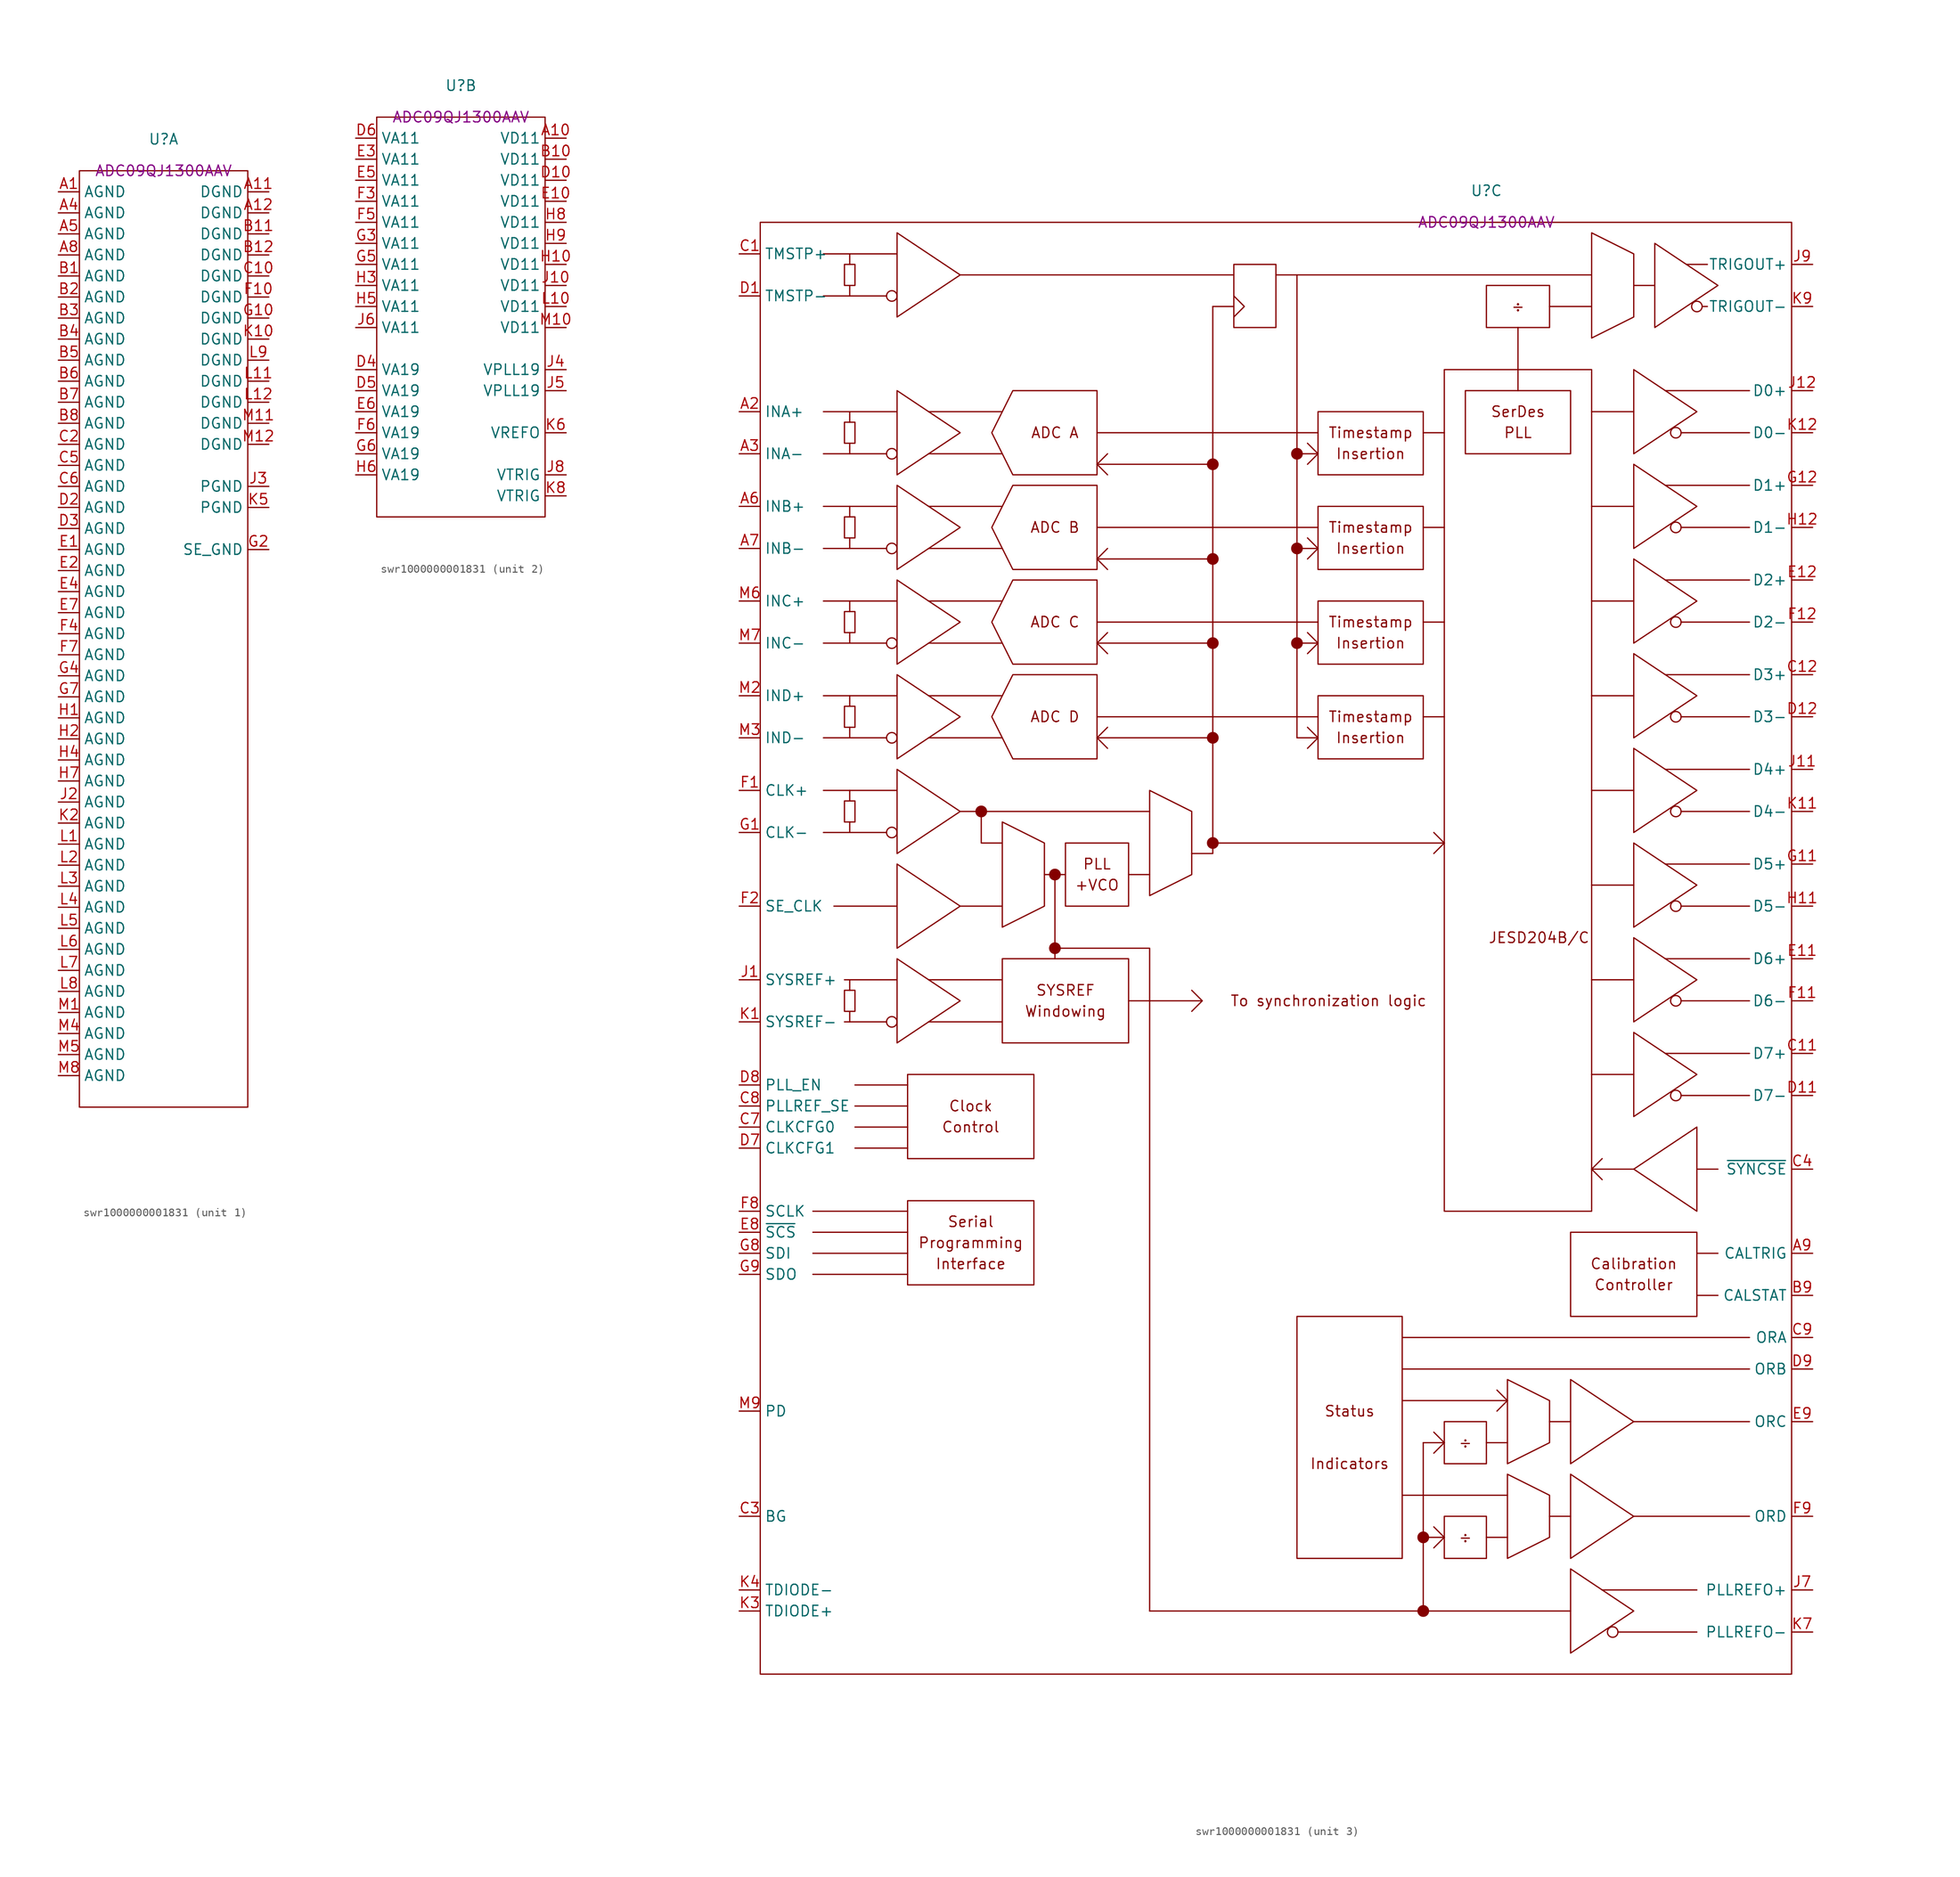
<source format=kicad_sym>
(kicad_symbol_lib
  (version 20220914)
  (generator kicad_symbol_editor)
  (symbol "swr1000000001831"
    (property "Reference" "U"
      (at 0 3.81 0)
      (effects (font (size 1.27 1.27))))
    (property "PartValue" "ADC09QJ1300AAV"
      (at 0 0 0)
      (effects (font (size 1.27 1.27))))
    (symbol "swr1000000001831_1_1"
      (rectangle (start -10.16 0) (end 10.16 -113.03) (stroke (width 0) (type default)) (fill (type none)))
      (pin power_in line (at -12.7 -2.54 0) (length 2.54) (name "AGND" (effects (font (size 1.27 1.27)))) (number "A1" (effects (font (size 1.27 1.27)))))
      (pin power_in line (at 12.7 -2.54 180) (length 2.54) (name "DGND" (effects (font (size 1.27 1.27)))) (number "A11" (effects (font (size 1.27 1.27)))))
      (pin power_in line (at 12.7 -5.08 180) (length 2.54) (name "DGND" (effects (font (size 1.27 1.27)))) (number "A12" (effects (font (size 1.27 1.27)))))
      (pin power_in line (at -12.7 -5.08 0) (length 2.54) (name "AGND" (effects (font (size 1.27 1.27)))) (number "A4" (effects (font (size 1.27 1.27)))))
      (pin power_in line (at -12.7 -7.62 0) (length 2.54) (name "AGND" (effects (font (size 1.27 1.27)))) (number "A5" (effects (font (size 1.27 1.27)))))
      (pin power_in line (at -12.7 -10.16 0) (length 2.54) (name "AGND" (effects (font (size 1.27 1.27)))) (number "A8" (effects (font (size 1.27 1.27)))))
      (pin power_in line (at -12.7 -12.7 0) (length 2.54) (name "AGND" (effects (font (size 1.27 1.27)))) (number "B1" (effects (font (size 1.27 1.27)))))
      (pin power_in line (at 12.7 -7.62 180) (length 2.54) (name "DGND" (effects (font (size 1.27 1.27)))) (number "B11" (effects (font (size 1.27 1.27)))))
      (pin power_in line (at 12.7 -10.16 180) (length 2.54) (name "DGND" (effects (font (size 1.27 1.27)))) (number "B12" (effects (font (size 1.27 1.27)))))
      (pin power_in line (at -12.7 -15.24 0) (length 2.54) (name "AGND" (effects (font (size 1.27 1.27)))) (number "B2" (effects (font (size 1.27 1.27)))))
      (pin power_in line (at -12.7 -17.78 0) (length 2.54) (name "AGND" (effects (font (size 1.27 1.27)))) (number "B3" (effects (font (size 1.27 1.27)))))
      (pin power_in line (at -12.7 -20.32 0) (length 2.54) (name "AGND" (effects (font (size 1.27 1.27)))) (number "B4" (effects (font (size 1.27 1.27)))))
      (pin power_in line (at -12.7 -22.86 0) (length 2.54) (name "AGND" (effects (font (size 1.27 1.27)))) (number "B5" (effects (font (size 1.27 1.27)))))
      (pin power_in line (at -12.7 -25.4 0) (length 2.54) (name "AGND" (effects (font (size 1.27 1.27)))) (number "B6" (effects (font (size 1.27 1.27)))))
      (pin power_in line (at -12.7 -27.94 0) (length 2.54) (name "AGND" (effects (font (size 1.27 1.27)))) (number "B7" (effects (font (size 1.27 1.27)))))
      (pin power_in line (at -12.7 -30.48 0) (length 2.54) (name "AGND" (effects (font (size 1.27 1.27)))) (number "B8" (effects (font (size 1.27 1.27)))))
      (pin power_in line (at 12.7 -12.7 180) (length 2.54) (name "DGND" (effects (font (size 1.27 1.27)))) (number "C10" (effects (font (size 1.27 1.27)))))
      (pin power_in line (at -12.7 -33.02 0) (length 2.54) (name "AGND" (effects (font (size 1.27 1.27)))) (number "C2" (effects (font (size 1.27 1.27)))))
      (pin power_in line (at -12.7 -35.56 0) (length 2.54) (name "AGND" (effects (font (size 1.27 1.27)))) (number "C5" (effects (font (size 1.27 1.27)))))
      (pin power_in line (at -12.7 -38.1 0) (length 2.54) (name "AGND" (effects (font (size 1.27 1.27)))) (number "C6" (effects (font (size 1.27 1.27)))))
      (pin power_in line (at -12.7 -40.64 0) (length 2.54) (name "AGND" (effects (font (size 1.27 1.27)))) (number "D2" (effects (font (size 1.27 1.27)))))
      (pin power_in line (at -12.7 -43.18 0) (length 2.54) (name "AGND" (effects (font (size 1.27 1.27)))) (number "D3" (effects (font (size 1.27 1.27)))))
      (pin power_in line (at -12.7 -45.72 0) (length 2.54) (name "AGND" (effects (font (size 1.27 1.27)))) (number "E1" (effects (font (size 1.27 1.27)))))
      (pin power_in line (at -12.7 -48.26 0) (length 2.54) (name "AGND" (effects (font (size 1.27 1.27)))) (number "E2" (effects (font (size 1.27 1.27)))))
      (pin power_in line (at -12.7 -50.8 0) (length 2.54) (name "AGND" (effects (font (size 1.27 1.27)))) (number "E4" (effects (font (size 1.27 1.27)))))
      (pin power_in line (at -12.7 -53.34 0) (length 2.54) (name "AGND" (effects (font (size 1.27 1.27)))) (number "E7" (effects (font (size 1.27 1.27)))))
      (pin power_in line (at 12.7 -15.24 180) (length 2.54) (name "DGND" (effects (font (size 1.27 1.27)))) (number "F10" (effects (font (size 1.27 1.27)))))
      (pin power_in line (at -12.7 -55.88 0) (length 2.54) (name "AGND" (effects (font (size 1.27 1.27)))) (number "F4" (effects (font (size 1.27 1.27)))))
      (pin power_in line (at -12.7 -58.42 0) (length 2.54) (name "AGND" (effects (font (size 1.27 1.27)))) (number "F7" (effects (font (size 1.27 1.27)))))
      (pin power_in line (at 12.7 -17.78 180) (length 2.54) (name "DGND" (effects (font (size 1.27 1.27)))) (number "G10" (effects (font (size 1.27 1.27)))))
      (pin power_in line (at 12.7 -45.72 180) (length 2.54) (name "SE_GND" (effects (font (size 1.27 1.27)))) (number "G2" (effects (font (size 1.27 1.27)))))
      (pin power_in line (at -12.7 -60.96 0) (length 2.54) (name "AGND" (effects (font (size 1.27 1.27)))) (number "G4" (effects (font (size 1.27 1.27)))))
      (pin power_in line (at -12.7 -63.5 0) (length 2.54) (name "AGND" (effects (font (size 1.27 1.27)))) (number "G7" (effects (font (size 1.27 1.27)))))
      (pin power_in line (at -12.7 -66.04 0) (length 2.54) (name "AGND" (effects (font (size 1.27 1.27)))) (number "H1" (effects (font (size 1.27 1.27)))))
      (pin power_in line (at -12.7 -68.58 0) (length 2.54) (name "AGND" (effects (font (size 1.27 1.27)))) (number "H2" (effects (font (size 1.27 1.27)))))
      (pin power_in line (at -12.7 -71.12 0) (length 2.54) (name "AGND" (effects (font (size 1.27 1.27)))) (number "H4" (effects (font (size 1.27 1.27)))))
      (pin power_in line (at -12.7 -73.66 0) (length 2.54) (name "AGND" (effects (font (size 1.27 1.27)))) (number "H7" (effects (font (size 1.27 1.27)))))
      (pin power_in line (at -12.7 -76.2 0) (length 2.54) (name "AGND" (effects (font (size 1.27 1.27)))) (number "J2" (effects (font (size 1.27 1.27)))))
      (pin power_in line (at 12.7 -38.1 180) (length 2.54) (name "PGND" (effects (font (size 1.27 1.27)))) (number "J3" (effects (font (size 1.27 1.27)))))
      (pin power_in line (at 12.7 -20.32 180) (length 2.54) (name "DGND" (effects (font (size 1.27 1.27)))) (number "K10" (effects (font (size 1.27 1.27)))))
      (pin power_in line (at -12.7 -78.74 0) (length 2.54) (name "AGND" (effects (font (size 1.27 1.27)))) (number "K2" (effects (font (size 1.27 1.27)))))
      (pin power_in line (at 12.7 -40.64 180) (length 2.54) (name "PGND" (effects (font (size 1.27 1.27)))) (number "K5" (effects (font (size 1.27 1.27)))))
      (pin power_in line (at -12.7 -81.28 0) (length 2.54) (name "AGND" (effects (font (size 1.27 1.27)))) (number "L1" (effects (font (size 1.27 1.27)))))
      (pin power_in line (at 12.7 -25.4 180) (length 2.54) (name "DGND" (effects (font (size 1.27 1.27)))) (number "L11" (effects (font (size 1.27 1.27)))))
      (pin power_in line (at 12.7 -27.94 180) (length 2.54) (name "DGND" (effects (font (size 1.27 1.27)))) (number "L12" (effects (font (size 1.27 1.27)))))
      (pin power_in line (at -12.7 -83.82 0) (length 2.54) (name "AGND" (effects (font (size 1.27 1.27)))) (number "L2" (effects (font (size 1.27 1.27)))))
      (pin power_in line (at -12.7 -86.36 0) (length 2.54) (name "AGND" (effects (font (size 1.27 1.27)))) (number "L3" (effects (font (size 1.27 1.27)))))
      (pin power_in line (at -12.7 -88.9 0) (length 2.54) (name "AGND" (effects (font (size 1.27 1.27)))) (number "L4" (effects (font (size 1.27 1.27)))))
      (pin power_in line (at -12.7 -91.44 0) (length 2.54) (name "AGND" (effects (font (size 1.27 1.27)))) (number "L5" (effects (font (size 1.27 1.27)))))
      (pin power_in line (at -12.7 -93.98 0) (length 2.54) (name "AGND" (effects (font (size 1.27 1.27)))) (number "L6" (effects (font (size 1.27 1.27)))))
      (pin power_in line (at -12.7 -96.52 0) (length 2.54) (name "AGND" (effects (font (size 1.27 1.27)))) (number "L7" (effects (font (size 1.27 1.27)))))
      (pin power_in line (at -12.7 -99.06 0) (length 2.54) (name "AGND" (effects (font (size 1.27 1.27)))) (number "L8" (effects (font (size 1.27 1.27)))))
      (pin power_in line (at 12.7 -22.86 180) (length 2.54) (name "DGND" (effects (font (size 1.27 1.27)))) (number "L9" (effects (font (size 1.27 1.27)))))
      (pin power_in line (at -12.7 -101.6 0) (length 2.54) (name "AGND" (effects (font (size 1.27 1.27)))) (number "M1" (effects (font (size 1.27 1.27)))))
      (pin power_in line (at 12.7 -30.48 180) (length 2.54) (name "DGND" (effects (font (size 1.27 1.27)))) (number "M11" (effects (font (size 1.27 1.27)))))
      (pin power_in line (at 12.7 -33.02 180) (length 2.54) (name "DGND" (effects (font (size 1.27 1.27)))) (number "M12" (effects (font (size 1.27 1.27)))))
      (pin power_in line (at -12.7 -104.14 0) (length 2.54) (name "AGND" (effects (font (size 1.27 1.27)))) (number "M4" (effects (font (size 1.27 1.27)))))
      (pin power_in line (at -12.7 -106.68 0) (length 2.54) (name "AGND" (effects (font (size 1.27 1.27)))) (number "M5" (effects (font (size 1.27 1.27)))))
      (pin power_in line (at -12.7 -109.22 0) (length 2.54) (name "AGND" (effects (font (size 1.27 1.27)))) (number "M8" (effects (font (size 1.27 1.27))))))
    (symbol "swr1000000001831_2_1"
      (rectangle (start -10.16 0) (end 10.16 -48.26) (stroke (width 0) (type default)) (fill (type none)))
      (pin power_in line (at 12.7 -2.54 180) (length 2.54) (name "VD11" (effects (font (size 1.27 1.27)))) (number "A10" (effects (font (size 1.27 1.27)))))
      (pin power_in line (at 12.7 -5.08 180) (length 2.54) (name "VD11" (effects (font (size 1.27 1.27)))) (number "B10" (effects (font (size 1.27 1.27)))))
      (pin power_in line (at 12.7 -7.62 180) (length 2.54) (name "VD11" (effects (font (size 1.27 1.27)))) (number "D10" (effects (font (size 1.27 1.27)))))
      (pin power_in line (at -12.7 -30.48 0) (length 2.54) (name "VA19" (effects (font (size 1.27 1.27)))) (number "D4" (effects (font (size 1.27 1.27)))))
      (pin power_in line (at -12.7 -33.02 0) (length 2.54) (name "VA19" (effects (font (size 1.27 1.27)))) (number "D5" (effects (font (size 1.27 1.27)))))
      (pin power_in line (at -12.7 -2.54 0) (length 2.54) (name "VA11" (effects (font (size 1.27 1.27)))) (number "D6" (effects (font (size 1.27 1.27)))))
      (pin power_in line (at 12.7 -10.16 180) (length 2.54) (name "VD11" (effects (font (size 1.27 1.27)))) (number "E10" (effects (font (size 1.27 1.27)))))
      (pin power_in line (at -12.7 -5.08 0) (length 2.54) (name "VA11" (effects (font (size 1.27 1.27)))) (number "E3" (effects (font (size 1.27 1.27)))))
      (pin power_in line (at -12.7 -7.62 0) (length 2.54) (name "VA11" (effects (font (size 1.27 1.27)))) (number "E5" (effects (font (size 1.27 1.27)))))
      (pin power_in line (at -12.7 -35.56 0) (length 2.54) (name "VA19" (effects (font (size 1.27 1.27)))) (number "E6" (effects (font (size 1.27 1.27)))))
      (pin power_in line (at -12.7 -10.16 0) (length 2.54) (name "VA11" (effects (font (size 1.27 1.27)))) (number "F3" (effects (font (size 1.27 1.27)))))
      (pin power_in line (at -12.7 -12.7 0) (length 2.54) (name "VA11" (effects (font (size 1.27 1.27)))) (number "F5" (effects (font (size 1.27 1.27)))))
      (pin power_in line (at -12.7 -38.1 0) (length 2.54) (name "VA19" (effects (font (size 1.27 1.27)))) (number "F6" (effects (font (size 1.27 1.27)))))
      (pin power_in line (at -12.7 -15.24 0) (length 2.54) (name "VA11" (effects (font (size 1.27 1.27)))) (number "G3" (effects (font (size 1.27 1.27)))))
      (pin power_in line (at -12.7 -17.78 0) (length 2.54) (name "VA11" (effects (font (size 1.27 1.27)))) (number "G5" (effects (font (size 1.27 1.27)))))
      (pin power_in line (at -12.7 -40.64 0) (length 2.54) (name "VA19" (effects (font (size 1.27 1.27)))) (number "G6" (effects (font (size 1.27 1.27)))))
      (pin power_in line (at 12.7 -17.78 180) (length 2.54) (name "VD11" (effects (font (size 1.27 1.27)))) (number "H10" (effects (font (size 1.27 1.27)))))
      (pin power_in line (at -12.7 -20.32 0) (length 2.54) (name "VA11" (effects (font (size 1.27 1.27)))) (number "H3" (effects (font (size 1.27 1.27)))))
      (pin power_in line (at -12.7 -22.86 0) (length 2.54) (name "VA11" (effects (font (size 1.27 1.27)))) (number "H5" (effects (font (size 1.27 1.27)))))
      (pin power_in line (at -12.7 -43.18 0) (length 2.54) (name "VA19" (effects (font (size 1.27 1.27)))) (number "H6" (effects (font (size 1.27 1.27)))))
      (pin power_in line (at 12.7 -12.7 180) (length 2.54) (name "VD11" (effects (font (size 1.27 1.27)))) (number "H8" (effects (font (size 1.27 1.27)))))
      (pin power_in line (at 12.7 -15.24 180) (length 2.54) (name "VD11" (effects (font (size 1.27 1.27)))) (number "H9" (effects (font (size 1.27 1.27)))))
      (pin power_in line (at 12.7 -20.32 180) (length 2.54) (name "VD11" (effects (font (size 1.27 1.27)))) (number "J10" (effects (font (size 1.27 1.27)))))
      (pin power_in line (at 12.7 -30.48 180) (length 2.54) (name "VPLL19" (effects (font (size 1.27 1.27)))) (number "J4" (effects (font (size 1.27 1.27)))))
      (pin power_in line (at 12.7 -33.02 180) (length 2.54) (name "VPLL19" (effects (font (size 1.27 1.27)))) (number "J5" (effects (font (size 1.27 1.27)))))
      (pin power_in line (at -12.7 -25.4 0) (length 2.54) (name "VA11" (effects (font (size 1.27 1.27)))) (number "J6" (effects (font (size 1.27 1.27)))))
      (pin power_in line (at 12.7 -43.18 180) (length 2.54) (name "VTRIG" (effects (font (size 1.27 1.27)))) (number "J8" (effects (font (size 1.27 1.27)))))
      (pin power_in line (at 12.7 -38.1 180) (length 2.54) (name "VREFO" (effects (font (size 1.27 1.27)))) (number "K6" (effects (font (size 1.27 1.27)))))
      (pin power_in line (at 12.7 -45.72 180) (length 2.54) (name "VTRIG" (effects (font (size 1.27 1.27)))) (number "K8" (effects (font (size 1.27 1.27)))))
      (pin power_in line (at 12.7 -22.86 180) (length 2.54) (name "VD11" (effects (font (size 1.27 1.27)))) (number "L10" (effects (font (size 1.27 1.27)))))
      (pin power_in line (at 12.7 -25.4 180) (length 2.54) (name "VD11" (effects (font (size 1.27 1.27)))) (number "M10" (effects (font (size 1.27 1.27))))))
    (symbol "swr1000000001831_3_0"
      (rectangle (start -77.47 -92.71) (end -76.2 -95.25) (stroke (width 0) (type default)) (fill (type none)))
      (rectangle (start -77.47 -69.85) (end -76.2 -72.39) (stroke (width 0) (type default)) (fill (type none)))
      (rectangle (start -77.47 -58.42) (end -76.2 -60.96) (stroke (width 0) (type default)) (fill (type none)))
      (rectangle (start -77.47 -46.99) (end -76.2 -49.53) (stroke (width 0) (type default)) (fill (type none)))
      (rectangle (start -77.47 -35.56) (end -76.2 -38.1) (stroke (width 0) (type default)) (fill (type none)))
      (rectangle (start -77.47 -24.13) (end -76.2 -26.67) (stroke (width 0) (type default)) (fill (type none)))
      (rectangle (start -77.47 -5.08) (end -76.2 -7.62) (stroke (width 0) (type default)) (fill (type none)))
      (circle (center -71.755 -96.52) (radius 0.635) (stroke (width 0) (type default)) (fill (type none)))
      (circle (center -71.755 -73.66) (radius 0.635) (stroke (width 0) (type default)) (fill (type none)))
      (circle (center -71.755 -62.23) (radius 0.635) (stroke (width 0) (type default)) (fill (type none)))
      (circle (center -71.755 -50.8) (radius 0.635) (stroke (width 0) (type default)) (fill (type none)))
      (circle (center -71.755 -39.37) (radius 0.635) (stroke (width 0) (type default)) (fill (type none)))
      (circle (center -71.755 -27.94) (radius 0.635) (stroke (width 0) (type default)) (fill (type none)))
      (circle (center -71.755 -8.89) (radius 0.635) (stroke (width 0) (type default)) (fill (type none)))
      (rectangle (start -69.85 -128.27) (end -54.61 -118.11) (stroke (width 0) (type default)) (fill (type none)))
      (rectangle (start -69.85 -102.87) (end -54.61 -113.03) (stroke (width 0) (type default)) (fill (type none)))
      (rectangle (start -58.42 -88.9) (end -43.18 -99.06) (stroke (width 0) (type default)) (fill (type none)))
      (rectangle (start -50.8 -74.93) (end -43.18 -82.55) (stroke (width 0) (type default)) (fill (type none)))
      (rectangle (start -22.86 -132.08) (end -10.16 -161.29) (stroke (width 0) (type default)) (fill (type none)))
      (rectangle (start -5.08 -17.78) (end 12.7 -119.38) (stroke (width 0) (type default)) (fill (type none)))
      (polyline (pts (xy -80.01 -73.66) (xy -72.39 -73.66)) (stroke (width 0) (type default)) (fill (type none)))
      (polyline (pts (xy -80.01 -68.58) (xy -71.12 -68.58)) (stroke (width 0) (type default)) (fill (type none)))
      (polyline (pts (xy -80.01 -62.23) (xy -72.39 -62.23)) (stroke (width 0) (type default)) (fill (type none)))
      (polyline (pts (xy -80.01 -57.15) (xy -71.12 -57.15)) (stroke (width 0) (type default)) (fill (type none)))
      (polyline (pts (xy -80.01 -50.8) (xy -72.39 -50.8)) (stroke (width 0) (type default)) (fill (type none)))
      (polyline (pts (xy -80.01 -45.72) (xy -71.12 -45.72)) (stroke (width 0) (type default)) (fill (type none)))
      (polyline (pts (xy -80.01 -39.37) (xy -72.39 -39.37)) (stroke (width 0) (type default)) (fill (type none)))
      (polyline (pts (xy -80.01 -34.29) (xy -71.12 -34.29)) (stroke (width 0) (type default)) (fill (type none)))
      (polyline (pts (xy -80.01 -27.94) (xy -72.39 -27.94)) (stroke (width 0) (type default)) (fill (type none)))
      (polyline (pts (xy -80.01 -22.86) (xy -71.12 -22.86)) (stroke (width 0) (type default)) (fill (type none)))
      (polyline (pts (xy -80.01 -8.89) (xy -72.39 -8.89)) (stroke (width 0) (type default)) (fill (type none)))
      (polyline (pts (xy -80.01 -3.81) (xy -71.12 -3.81)) (stroke (width 0) (type default)) (fill (type none)))
      (polyline (pts (xy -78.74 -82.55) (xy -71.12 -82.55)) (stroke (width 0) (type default)) (fill (type none)))
      (polyline (pts (xy -77.47 -96.52) (xy -72.39 -96.52)) (stroke (width 0) (type default)) (fill (type none)))
      (polyline (pts (xy -77.47 -91.44) (xy -71.12 -91.44)) (stroke (width 0) (type default)) (fill (type none)))
      (polyline (pts (xy -76.835 -95.25) (xy -76.835 -96.52)) (stroke (width 0) (type default)) (fill (type none)))
      (polyline (pts (xy -76.835 -92.71) (xy -76.835 -91.44)) (stroke (width 0) (type default)) (fill (type none)))
      (polyline (pts (xy -76.835 -72.39) (xy -76.835 -73.66)) (stroke (width 0) (type default)) (fill (type none)))
      (polyline (pts (xy -76.835 -69.85) (xy -76.835 -68.58)) (stroke (width 0) (type default)) (fill (type none)))
      (polyline (pts (xy -76.835 -60.96) (xy -76.835 -62.23)) (stroke (width 0) (type default)) (fill (type none)))
      (polyline (pts (xy -76.835 -58.42) (xy -76.835 -57.15)) (stroke (width 0) (type default)) (fill (type none)))
      (polyline (pts (xy -76.835 -49.53) (xy -76.835 -50.8)) (stroke (width 0) (type default)) (fill (type none)))
      (polyline (pts (xy -76.835 -46.99) (xy -76.835 -45.72)) (stroke (width 0) (type default)) (fill (type none)))
      (polyline (pts (xy -76.835 -38.1) (xy -76.835 -39.37)) (stroke (width 0) (type default)) (fill (type none)))
      (polyline (pts (xy -76.835 -35.56) (xy -76.835 -34.29)) (stroke (width 0) (type default)) (fill (type none)))
      (polyline (pts (xy -76.835 -26.67) (xy -76.835 -27.94)) (stroke (width 0) (type default)) (fill (type none)))
      (polyline (pts (xy -76.835 -24.13) (xy -76.835 -22.86)) (stroke (width 0) (type default)) (fill (type none)))
      (polyline (pts (xy -76.835 -7.62) (xy -76.835 -8.89)) (stroke (width 0) (type default)) (fill (type none)))
      (polyline (pts (xy -76.835 -5.08) (xy -76.835 -3.81)) (stroke (width 0) (type default)) (fill (type none)))
      (polyline (pts (xy -76.2 -111.76) (xy -69.85 -111.76)) (stroke (width 0) (type default)) (fill (type none)))
      (polyline (pts (xy -76.2 -109.22) (xy -69.85 -109.22)) (stroke (width 0) (type default)) (fill (type none)))
      (polyline (pts (xy -76.2 -106.68) (xy -69.85 -106.68)) (stroke (width 0) (type default)) (fill (type none)))
      (polyline (pts (xy -76.2 -104.14) (xy -69.85 -104.14)) (stroke (width 0) (type default)) (fill (type none)))
      (polyline (pts (xy -69.85 -127) (xy -81.28 -127)) (stroke (width 0) (type default)) (fill (type none)))
      (polyline (pts (xy -69.85 -124.46) (xy -81.28 -124.46)) (stroke (width 0) (type default)) (fill (type none)))
      (polyline (pts (xy -69.85 -121.92) (xy -81.28 -121.92)) (stroke (width 0) (type default)) (fill (type none)))
      (polyline (pts (xy -69.85 -119.38) (xy -81.28 -119.38)) (stroke (width 0) (type default)) (fill (type none)))
      (polyline (pts (xy 17.78 -114.3) (xy 12.7 -114.3)) (stroke (width 0) (type default)) (fill (type none)))
      (polyline (pts (xy 17.78 -102.87) (xy 12.7 -102.87)) (stroke (width 0) (type default)) (fill (type none)))
      (polyline (pts (xy 17.78 -91.44) (xy 12.7 -91.44)) (stroke (width 0) (type default)) (fill (type none)))
      (polyline (pts (xy 17.78 -80.01) (xy 12.7 -80.01)) (stroke (width 0) (type default)) (fill (type none)))
      (polyline (pts (xy 17.78 -68.58) (xy 12.7 -68.58)) (stroke (width 0) (type default)) (fill (type none)))
      (polyline (pts (xy 17.78 -57.15) (xy 12.7 -57.15)) (stroke (width 0) (type default)) (fill (type none)))
      (polyline (pts (xy 17.78 -45.72) (xy 12.7 -45.72)) (stroke (width 0) (type default)) (fill (type none)))
      (polyline (pts (xy 17.78 -34.29) (xy 12.7 -34.29)) (stroke (width 0) (type default)) (fill (type none)))
      (polyline (pts (xy 17.78 -22.86) (xy 12.7 -22.86)) (stroke (width 0) (type default)) (fill (type none)))
      (polyline (pts (xy 20.32 -7.62) (xy 17.78 -7.62)) (stroke (width 0) (type default)) (fill (type none)))
      (polyline (pts (xy 25.4 -170.18) (xy 15.875 -170.18)) (stroke (width 0) (type default)) (fill (type none)))
      (polyline (pts (xy 25.4 -165.1) (xy 13.97 -165.1)) (stroke (width 0) (type default)) (fill (type none)))
      (polyline (pts (xy 25.4 -129.54) (xy 27.94 -129.54)) (stroke (width 0) (type default)) (fill (type none)))
      (polyline (pts (xy 25.4 -124.46) (xy 27.94 -124.46)) (stroke (width 0) (type default)) (fill (type none)))
      (polyline (pts (xy 25.4 -114.3) (xy 27.94 -114.3)) (stroke (width 0) (type default)) (fill (type none)))
      (polyline (pts (xy 26.67 -10.16) (xy 26.035 -10.16)) (stroke (width 0) (type default)) (fill (type none)))
      (polyline (pts (xy 26.67 -5.08) (xy 24.13 -5.08)) (stroke (width 0) (type default)) (fill (type none)))
      (polyline (pts (xy 31.75 -156.21) (xy 17.78 -156.21)) (stroke (width 0) (type default)) (fill (type none)))
      (polyline (pts (xy 31.75 -144.78) (xy 17.78 -144.78)) (stroke (width 0) (type default)) (fill (type none)))
      (polyline (pts (xy 31.75 -105.41) (xy 23.495 -105.41)) (stroke (width 0) (type default)) (fill (type none)))
      (polyline (pts (xy 31.75 -100.33) (xy 21.59 -100.33)) (stroke (width 0) (type default)) (fill (type none)))
      (polyline (pts (xy 31.75 -93.98) (xy 23.495 -93.98)) (stroke (width 0) (type default)) (fill (type none)))
      (polyline (pts (xy 31.75 -88.9) (xy 21.59 -88.9)) (stroke (width 0) (type default)) (fill (type none)))
      (polyline (pts (xy 31.75 -82.55) (xy 23.495 -82.55)) (stroke (width 0) (type default)) (fill (type none)))
      (polyline (pts (xy 31.75 -77.47) (xy 21.59 -77.47)) (stroke (width 0) (type default)) (fill (type none)))
      (polyline (pts (xy 31.75 -71.12) (xy 23.495 -71.12)) (stroke (width 0) (type default)) (fill (type none)))
      (polyline (pts (xy 31.75 -66.04) (xy 21.59 -66.04)) (stroke (width 0) (type default)) (fill (type none)))
      (polyline (pts (xy 31.75 -59.69) (xy 23.495 -59.69)) (stroke (width 0) (type default)) (fill (type none)))
      (polyline (pts (xy 31.75 -54.61) (xy 21.59 -54.61)) (stroke (width 0) (type default)) (fill (type none)))
      (polyline (pts (xy 31.75 -48.26) (xy 23.495 -48.26)) (stroke (width 0) (type default)) (fill (type none)))
      (polyline (pts (xy 31.75 -43.18) (xy 21.59 -43.18)) (stroke (width 0) (type default)) (fill (type none)))
      (polyline (pts (xy 31.75 -36.83) (xy 23.495 -36.83)) (stroke (width 0) (type default)) (fill (type none)))
      (polyline (pts (xy 31.75 -31.75) (xy 21.59 -31.75)) (stroke (width 0) (type default)) (fill (type none)))
      (polyline (pts (xy 31.75 -25.4) (xy 23.495 -25.4)) (stroke (width 0) (type default)) (fill (type none)))
      (polyline (pts (xy 31.75 -20.32) (xy 21.59 -20.32)) (stroke (width 0) (type default)) (fill (type none)))
      (polyline (pts (xy -71.12 -88.9) (xy -71.12 -99.06) (xy -63.5 -93.98) (xy -71.12 -88.9)) (stroke (width 0) (type default)) (fill (type none)))
      (polyline (pts (xy -71.12 -77.47) (xy -71.12 -87.63) (xy -63.5 -82.55) (xy -71.12 -77.47)) (stroke (width 0) (type default)) (fill (type none)))
      (polyline (pts (xy -71.12 -66.04) (xy -71.12 -76.2) (xy -63.5 -71.12) (xy -71.12 -66.04)) (stroke (width 0) (type default)) (fill (type none)))
      (polyline (pts (xy -71.12 -54.61) (xy -71.12 -64.77) (xy -63.5 -59.69) (xy -71.12 -54.61)) (stroke (width 0) (type default)) (fill (type none)))
      (polyline (pts (xy -71.12 -43.18) (xy -71.12 -53.34) (xy -63.5 -48.26) (xy -71.12 -43.18)) (stroke (width 0) (type default)) (fill (type none)))
      (polyline (pts (xy -71.12 -31.75) (xy -71.12 -41.91) (xy -63.5 -36.83) (xy -71.12 -31.75)) (stroke (width 0) (type default)) (fill (type none)))
      (polyline (pts (xy -71.12 -20.32) (xy -71.12 -30.48) (xy -63.5 -25.4) (xy -71.12 -20.32)) (stroke (width 0) (type default)) (fill (type none)))
      (polyline (pts (xy -71.12 -1.27) (xy -71.12 -11.43) (xy -63.5 -6.35) (xy -71.12 -1.27)) (stroke (width 0) (type default)) (fill (type none)))
      (polyline (pts (xy 10.16 -162.56) (xy 10.16 -172.72) (xy 17.78 -167.64) (xy 10.16 -162.56)) (stroke (width 0) (type default)) (fill (type none)))
      (polyline (pts (xy 10.16 -151.13) (xy 10.16 -161.29) (xy 17.78 -156.21) (xy 10.16 -151.13)) (stroke (width 0) (type default)) (fill (type none)))
      (polyline (pts (xy 10.16 -139.7) (xy 10.16 -149.86) (xy 17.78 -144.78) (xy 10.16 -139.7)) (stroke (width 0) (type default)) (fill (type none)))
      (polyline (pts (xy 17.78 -97.79) (xy 17.78 -107.95) (xy 25.4 -102.87) (xy 17.78 -97.79)) (stroke (width 0) (type default)) (fill (type none)))
      (polyline (pts (xy 17.78 -86.36) (xy 17.78 -96.52) (xy 25.4 -91.44) (xy 17.78 -86.36)) (stroke (width 0) (type default)) (fill (type none)))
      (polyline (pts (xy 17.78 -74.93) (xy 17.78 -85.09) (xy 25.4 -80.01) (xy 17.78 -74.93)) (stroke (width 0) (type default)) (fill (type none)))
      (polyline (pts (xy 17.78 -63.5) (xy 17.78 -73.66) (xy 25.4 -68.58) (xy 17.78 -63.5)) (stroke (width 0) (type default)) (fill (type none)))
      (polyline (pts (xy 17.78 -52.07) (xy 17.78 -62.23) (xy 25.4 -57.15) (xy 17.78 -52.07)) (stroke (width 0) (type default)) (fill (type none)))
      (polyline (pts (xy 17.78 -40.64) (xy 17.78 -50.8) (xy 25.4 -45.72) (xy 17.78 -40.64)) (stroke (width 0) (type default)) (fill (type none)))
      (polyline (pts (xy 17.78 -29.21) (xy 17.78 -39.37) (xy 25.4 -34.29) (xy 17.78 -29.21)) (stroke (width 0) (type default)) (fill (type none)))
      (polyline (pts (xy 17.78 -17.78) (xy 17.78 -27.94) (xy 25.4 -22.86) (xy 17.78 -17.78)) (stroke (width 0) (type default)) (fill (type none)))
      (polyline (pts (xy 20.32 -2.54) (xy 20.32 -12.7) (xy 27.94 -7.62) (xy 20.32 -2.54)) (stroke (width 0) (type default)) (fill (type none)))
      (polyline (pts (xy 25.4 -109.22) (xy 25.4 -119.38) (xy 17.78 -114.3) (xy 25.4 -109.22)) (stroke (width 0) (type default)) (fill (type none)))
      (rectangle (start 10.16 -121.92) (end 25.4 -132.08) (stroke (width 0) (type default)) (fill (type none)))
      (circle (center 15.24 -170.18) (radius 0.635) (stroke (width 0) (type default)) (fill (type none)))
      (circle (center 22.86 -105.41) (radius 0.635) (stroke (width 0) (type default)) (fill (type none)))
      (circle (center 22.86 -93.98) (radius 0.635) (stroke (width 0) (type default)) (fill (type none)))
      (circle (center 22.86 -82.55) (radius 0.635) (stroke (width 0) (type default)) (fill (type none)))
      (circle (center 22.86 -71.12) (radius 0.635) (stroke (width 0) (type default)) (fill (type none)))
      (circle (center 22.86 -59.69) (radius 0.635) (stroke (width 0) (type default)) (fill (type none)))
      (circle (center 22.86 -48.26) (radius 0.635) (stroke (width 0) (type default)) (fill (type none)))
      (circle (center 22.86 -36.83) (radius 0.635) (stroke (width 0) (type default)) (fill (type none)))
      (circle (center 22.86 -25.4) (radius 0.635) (stroke (width 0) (type default)) (fill (type none)))
      (circle (center 25.4 -10.16) (radius 0.635) (stroke (width 0) (type default)) (fill (type none))))
    (symbol "swr1000000001831_3_1"
      (rectangle (start -87.63 0) (end 36.83 -175.26) (stroke (width 0) (type default)) (fill (type none)))
      (circle (center -60.96 -71.12) (radius 0.635) (stroke (width 0) (type default)) (fill (type outline)))
      (circle (center -52.07 -87.63) (radius 0.635) (stroke (width 0) (type default)) (fill (type outline)))
      (circle (center -52.07 -78.74) (radius 0.635) (stroke (width 0) (type default)) (fill (type outline)))
      (circle (center -33.02 -74.93) (radius 0.635) (stroke (width 0) (type default)) (fill (type outline)))
      (circle (center -33.02 -62.23) (radius 0.635) (stroke (width 0) (type default)) (fill (type outline)))
      (circle (center -33.02 -50.8) (radius 0.635) (stroke (width 0) (type default)) (fill (type outline)))
      (circle (center -33.02 -40.64) (radius 0.635) (stroke (width 0) (type default)) (fill (type outline)))
      (circle (center -33.02 -29.21) (radius 0.635) (stroke (width 0) (type default)) (fill (type outline)))
      (rectangle (start -30.48 -5.08) (end -25.4 -12.7) (stroke (width 0) (type default)) (fill (type none)))
      (circle (center -22.86 -50.8) (radius 0.635) (stroke (width 0) (type default)) (fill (type outline)))
      (circle (center -22.86 -39.37) (radius 0.635) (stroke (width 0) (type default)) (fill (type outline)))
      (circle (center -22.86 -27.94) (radius 0.635) (stroke (width 0) (type default)) (fill (type outline)))
      (rectangle (start -20.32 -57.15) (end -7.62 -64.77) (stroke (width 0) (type default)) (fill (type none)))
      (rectangle (start -20.32 -45.72) (end -7.62 -53.34) (stroke (width 0) (type default)) (fill (type none)))
      (rectangle (start -20.32 -34.29) (end -7.62 -41.91) (stroke (width 0) (type default)) (fill (type none)))
      (rectangle (start -20.32 -22.86) (end -7.62 -30.48) (stroke (width 0) (type default)) (fill (type none)))
      (circle (center -7.62 -167.64) (radius 0.635) (stroke (width 0) (type default)) (fill (type outline)))
      (circle (center -7.62 -158.75) (radius 0.635) (stroke (width 0) (type default)) (fill (type outline)))
      (rectangle (start -5.08 -156.21) (end 0 -161.29) (stroke (width 0) (type default)) (fill (type none)))
      (rectangle (start -5.08 -144.78) (end 0 -149.86) (stroke (width 0) (type default)) (fill (type none)))
      (rectangle (start -2.54 -20.32) (end 10.16 -27.94) (stroke (width 0) (type default)) (fill (type none)))
      (rectangle (start 0 -7.62) (end 7.62 -12.7) (stroke (width 0) (type default)) (fill (type none)))
      (polyline (pts (xy -67.31 -96.52) (xy -58.42 -96.52)) (stroke (width 0) (type default)) (fill (type none)))
      (polyline (pts (xy -67.31 -91.44) (xy -58.42 -91.44)) (stroke (width 0) (type default)) (fill (type none)))
      (polyline (pts (xy -67.31 -62.23) (xy -58.42 -62.23)) (stroke (width 0) (type default)) (fill (type none)))
      (polyline (pts (xy -67.31 -57.15) (xy -58.42 -57.15)) (stroke (width 0) (type default)) (fill (type none)))
      (polyline (pts (xy -67.31 -50.8) (xy -58.42 -50.8)) (stroke (width 0) (type default)) (fill (type none)))
      (polyline (pts (xy -67.31 -45.72) (xy -58.42 -45.72)) (stroke (width 0) (type default)) (fill (type none)))
      (polyline (pts (xy -67.31 -39.37) (xy -58.42 -39.37)) (stroke (width 0) (type default)) (fill (type none)))
      (polyline (pts (xy -67.31 -34.29) (xy -58.42 -34.29)) (stroke (width 0) (type default)) (fill (type none)))
      (polyline (pts (xy -67.31 -27.94) (xy -58.42 -27.94)) (stroke (width 0) (type default)) (fill (type none)))
      (polyline (pts (xy -67.31 -22.86) (xy -58.42 -22.86)) (stroke (width 0) (type default)) (fill (type none)))
      (polyline (pts (xy -63.5 -82.55) (xy -58.42 -82.55)) (stroke (width 0) (type default)) (fill (type none)))
      (polyline (pts (xy -63.5 -71.12) (xy -40.64 -71.12)) (stroke (width 0) (type default)) (fill (type none)))
      (polyline (pts (xy -63.5 -6.35) (xy -30.48 -6.35)) (stroke (width 0) (type default)) (fill (type none)))
      (polyline (pts (xy -53.34 -78.74) (xy -50.8 -78.74)) (stroke (width 0) (type default)) (fill (type none)))
      (polyline (pts (xy -52.07 -78.74) (xy -52.07 -88.9)) (stroke (width 0) (type default)) (fill (type none)))
      (polyline (pts (xy -46.99 -62.23) (xy -33.02 -62.23)) (stroke (width 0) (type default)) (fill (type none)))
      (polyline (pts (xy -46.99 -59.69) (xy -20.32 -59.69)) (stroke (width 0) (type default)) (fill (type none)))
      (polyline (pts (xy -46.99 -50.8) (xy -33.02 -50.8)) (stroke (width 0) (type default)) (fill (type none)))
      (polyline (pts (xy -46.99 -48.26) (xy -20.32 -48.26)) (stroke (width 0) (type default)) (fill (type none)))
      (polyline (pts (xy -46.99 -40.64) (xy -33.02 -40.64)) (stroke (width 0) (type default)) (fill (type none)))
      (polyline (pts (xy -46.99 -36.83) (xy -20.32 -36.83)) (stroke (width 0) (type default)) (fill (type none)))
      (polyline (pts (xy -46.99 -29.21) (xy -33.02 -29.21)) (stroke (width 0) (type default)) (fill (type none)))
      (polyline (pts (xy -46.99 -25.4) (xy -20.32 -25.4)) (stroke (width 0) (type default)) (fill (type none)))
      (polyline (pts (xy -43.18 -93.98) (xy -34.29 -93.98)) (stroke (width 0) (type default)) (fill (type none)))
      (polyline (pts (xy -43.18 -78.74) (xy -40.64 -78.74)) (stroke (width 0) (type default)) (fill (type none)))
      (polyline (pts (xy -40.64 -167.64) (xy 10.16 -167.64)) (stroke (width 0) (type default)) (fill (type none)))
      (polyline (pts (xy -33.02 -74.93) (xy -5.08 -74.93)) (stroke (width 0) (type default)) (fill (type none)))
      (polyline (pts (xy -33.02 -10.16) (xy -30.48 -10.16)) (stroke (width 0) (type default)) (fill (type none)))
      (polyline (pts (xy -25.4 -6.35) (xy 12.7 -6.35)) (stroke (width 0) (type default)) (fill (type none)))
      (polyline (pts (xy -22.86 -62.23) (xy -20.32 -62.23)) (stroke (width 0) (type default)) (fill (type none)))
      (polyline (pts (xy -22.86 -50.8) (xy -20.32 -50.8)) (stroke (width 0) (type default)) (fill (type none)))
      (polyline (pts (xy -22.86 -39.37) (xy -20.32 -39.37)) (stroke (width 0) (type default)) (fill (type none)))
      (polyline (pts (xy -22.86 -27.94) (xy -20.32 -27.94)) (stroke (width 0) (type default)) (fill (type none)))
      (polyline (pts (xy -22.86 -6.35) (xy -22.86 -62.23)) (stroke (width 0) (type default)) (fill (type none)))
      (polyline (pts (xy -10.16 -153.67) (xy 2.54 -153.67)) (stroke (width 0) (type default)) (fill (type none)))
      (polyline (pts (xy -7.62 -147.32) (xy -7.62 -167.64)) (stroke (width 0) (type default)) (fill (type none)))
      (polyline (pts (xy -7.62 -147.32) (xy -5.08 -147.32)) (stroke (width 0) (type default)) (fill (type none)))
      (polyline (pts (xy -7.62 -59.69) (xy -5.08 -59.69)) (stroke (width 0) (type default)) (fill (type none)))
      (polyline (pts (xy -7.62 -48.26) (xy -5.08 -48.26)) (stroke (width 0) (type default)) (fill (type none)))
      (polyline (pts (xy -7.62 -36.83) (xy -5.08 -36.83)) (stroke (width 0) (type default)) (fill (type none)))
      (polyline (pts (xy -7.62 -25.4) (xy -5.08 -25.4)) (stroke (width 0) (type default)) (fill (type none)))
      (polyline (pts (xy -5.08 -158.75) (xy -7.62 -158.75)) (stroke (width 0) (type default)) (fill (type none)))
      (polyline (pts (xy 0 -158.75) (xy 2.54 -158.75)) (stroke (width 0) (type default)) (fill (type none)))
      (polyline (pts (xy 0 -147.32) (xy 2.54 -147.32)) (stroke (width 0) (type default)) (fill (type none)))
      (polyline (pts (xy 2.54 -142.24) (xy -10.16 -142.24)) (stroke (width 0) (type default)) (fill (type none)))
      (polyline (pts (xy 3.81 -20.32) (xy 3.81 -12.7)) (stroke (width 0) (type default)) (fill (type none)))
      (polyline (pts (xy 7.62 -156.21) (xy 10.16 -156.21)) (stroke (width 0) (type default)) (fill (type none)))
      (polyline (pts (xy 7.62 -144.78) (xy 10.16 -144.78)) (stroke (width 0) (type default)) (fill (type none)))
      (polyline (pts (xy 7.62 -10.16) (xy 12.7 -10.16)) (stroke (width 0) (type default)) (fill (type none)))
      (polyline (pts (xy 31.75 -138.43) (xy -10.16 -138.43)) (stroke (width 0) (type default)) (fill (type none)))
      (polyline (pts (xy 31.75 -134.62) (xy -10.16 -134.62)) (stroke (width 0) (type default)) (fill (type none)))
      (polyline (pts (xy -58.42 -74.93) (xy -60.96 -74.93) (xy -60.96 -71.12)) (stroke (width 0) (type default)) (fill (type none)))
      (polyline (pts (xy -52.07 -87.63) (xy -40.64 -87.63) (xy -40.64 -167.64)) (stroke (width 0) (type default)) (fill (type none)))
      (polyline (pts (xy -45.72 -60.96) (xy -46.99 -62.23) (xy -45.72 -63.5)) (stroke (width 0) (type default)) (fill (type none)))
      (polyline (pts (xy -45.72 -49.53) (xy -46.99 -50.8) (xy -45.72 -52.07)) (stroke (width 0) (type default)) (fill (type none)))
      (polyline (pts (xy -45.72 -39.37) (xy -46.99 -40.64) (xy -45.72 -41.91)) (stroke (width 0) (type default)) (fill (type none)))
      (polyline (pts (xy -45.72 -27.94) (xy -46.99 -29.21) (xy -45.72 -30.48)) (stroke (width 0) (type default)) (fill (type none)))
      (polyline (pts (xy -35.56 -95.25) (xy -34.29 -93.98) (xy -35.56 -92.71)) (stroke (width 0) (type default)) (fill (type none)))
      (polyline (pts (xy -35.56 -76.2) (xy -33.02 -76.2) (xy -33.02 -10.16)) (stroke (width 0) (type default)) (fill (type none)))
      (polyline (pts (xy -30.48 -11.43) (xy -29.21 -10.16) (xy -30.48 -8.89)) (stroke (width 0) (type default)) (fill (type none)))
      (polyline (pts (xy -21.59 -60.96) (xy -20.32 -62.23) (xy -21.59 -63.5)) (stroke (width 0) (type default)) (fill (type none)))
      (polyline (pts (xy -21.59 -49.53) (xy -20.32 -50.8) (xy -21.59 -52.07)) (stroke (width 0) (type default)) (fill (type none)))
      (polyline (pts (xy -21.59 -38.1) (xy -20.32 -39.37) (xy -21.59 -40.64)) (stroke (width 0) (type default)) (fill (type none)))
      (polyline (pts (xy -21.59 -26.67) (xy -20.32 -27.94) (xy -21.59 -29.21)) (stroke (width 0) (type default)) (fill (type none)))
      (polyline (pts (xy -6.35 -157.48) (xy -5.08 -158.75) (xy -6.35 -160.02)) (stroke (width 0) (type default)) (fill (type none)))
      (polyline (pts (xy -6.35 -146.05) (xy -5.08 -147.32) (xy -6.35 -148.59)) (stroke (width 0) (type default)) (fill (type none)))
      (polyline (pts (xy -6.35 -73.66) (xy -5.08 -74.93) (xy -6.35 -76.2)) (stroke (width 0) (type default)) (fill (type none)))
      (polyline (pts (xy 1.27 -140.97) (xy 2.54 -142.24) (xy 1.27 -143.51)) (stroke (width 0) (type default)) (fill (type none)))
      (polyline (pts (xy 13.97 -113.03) (xy 12.7 -114.3) (xy 13.97 -115.57)) (stroke (width 0) (type default)) (fill (type none)))
      (polyline (pts (xy -58.42 -72.39) (xy -58.42 -85.09) (xy -53.34 -82.55) (xy -53.34 -74.93) (xy -58.42 -72.39)) (stroke (width 0) (type default)) (fill (type none)))
      (polyline (pts (xy -40.64 -68.58) (xy -40.64 -81.28) (xy -35.56 -78.74) (xy -35.56 -71.12) (xy -40.64 -68.58)) (stroke (width 0) (type default)) (fill (type none)))
      (polyline (pts (xy 2.54 -151.13) (xy 2.54 -161.29) (xy 7.62 -158.75) (xy 7.62 -153.67) (xy 2.54 -151.13)) (stroke (width 0) (type default)) (fill (type none)))
      (polyline (pts (xy 2.54 -139.7) (xy 2.54 -149.86) (xy 7.62 -147.32) (xy 7.62 -142.24) (xy 2.54 -139.7)) (stroke (width 0) (type default)) (fill (type none)))
      (polyline (pts (xy 12.7 -1.27) (xy 12.7 -13.97) (xy 17.78 -11.43) (xy 17.78 -3.81) (xy 12.7 -1.27)) (stroke (width 0) (type default)) (fill (type none)))
      (polyline (pts (xy -59.69 -59.69) (xy -57.15 -54.61) (xy -46.99 -54.61) (xy -46.99 -64.77) (xy -57.15 -64.77) (xy -59.69 -59.69)) (stroke (width 0) (type default)) (fill (type none)))
      (polyline (pts (xy -59.69 -48.26) (xy -57.15 -43.18) (xy -46.99 -43.18) (xy -46.99 -53.34) (xy -57.15 -53.34) (xy -59.69 -48.26)) (stroke (width 0) (type default)) (fill (type none)))
      (polyline (pts (xy -59.69 -36.83) (xy -57.15 -31.75) (xy -46.99 -31.75) (xy -46.99 -41.91) (xy -57.15 -41.91) (xy -59.69 -36.83)) (stroke (width 0) (type default)) (fill (type none)))
      (polyline (pts (xy -59.69 -25.4) (xy -57.15 -20.32) (xy -46.99 -20.32) (xy -46.99 -30.48) (xy -57.15 -30.48) (xy -59.69 -25.4)) (stroke (width 0) (type default)) (fill (type none)))
      (text "+VCO" (at -46.99 -80.01 0) (effects (font (size 1.27 1.27))))
      (text "ADC A" (at -52.07 -25.4 0) (effects (font (size 1.27 1.27))))
      (text "ADC B" (at -52.07 -36.83 0) (effects (font (size 1.27 1.27))))
      (text "ADC C" (at -52.07 -48.26 0) (effects (font (size 1.27 1.27))))
      (text "ADC D" (at -52.07 -59.69 0) (effects (font (size 1.27 1.27))))
      (text "Calibration" (at 17.78 -125.73 0) (effects (font (size 1.27 1.27))))
      (text "Clock" (at -62.23 -106.68 0) (effects (font (size 1.27 1.27))))
      (text "Control" (at -62.23 -109.22 0) (effects (font (size 1.27 1.27))))
      (text "Controller" (at 17.78 -128.27 0) (effects (font (size 1.27 1.27))))
      (text "Indicators" (at -16.51 -149.86 0) (effects (font (size 1.27 1.27))))
      (text "Insertion" (at -13.97 -62.23 0) (effects (font (size 1.27 1.27))))
      (text "Insertion" (at -13.97 -50.8 0) (effects (font (size 1.27 1.27))))
      (text "Insertion" (at -13.97 -39.37 0) (effects (font (size 1.27 1.27))))
      (text "Insertion" (at -13.97 -27.94 0) (effects (font (size 1.27 1.27))))
      (text "Interface" (at -62.23 -125.73 0) (effects (font (size 1.27 1.27))))
      (text "JESD204B/C" (at 6.35 -86.36 0) (effects (font (size 1.27 1.27))))
      (text "PLL" (at -46.99 -77.47 0) (effects (font (size 1.27 1.27))))
      (text "PLL" (at 3.81 -25.4 0) (effects (font (size 1.27 1.27))))
      (text "Programming" (at -62.23 -123.19 0) (effects (font (size 1.27 1.27))))
      (text "SerDes" (at 3.81 -22.86 0) (effects (font (size 1.27 1.27))))
      (text "Serial" (at -62.23 -120.65 0) (effects (font (size 1.27 1.27))))
      (text "Status" (at -16.51 -143.51 0) (effects (font (size 1.27 1.27))))
      (text "SYSREF" (at -50.8 -92.71 0) (effects (font (size 1.27 1.27))))
      (text "Timestamp" (at -13.97 -59.69 0) (effects (font (size 1.27 1.27))))
      (text "Timestamp" (at -13.97 -48.26 0) (effects (font (size 1.27 1.27))))
      (text "Timestamp" (at -13.97 -36.83 0) (effects (font (size 1.27 1.27))))
      (text "Timestamp" (at -13.97 -25.4 0) (effects (font (size 1.27 1.27))))
      (text "To synchronization logic" (at -19.05 -93.98 0) (effects (font (size 1.27 1.27))))
      (text "Windowing" (at -50.8 -95.25 0) (effects (font (size 1.27 1.27))))
      (text "÷" (at -2.54 -158.75 0) (effects (font (size 1.27 1.27))))
      (text "÷" (at -2.54 -147.32 0) (effects (font (size 1.27 1.27))))
      (text "÷" (at 3.81 -10.16 0) (effects (font (size 1.27 1.27))))
      (pin input line (at -90.17 -22.86 0) (length 2.54) (name "INA+" (effects (font (size 1.27 1.27)))) (number "A2" (effects (font (size 1.27 1.27)))))
      (pin input line (at -90.17 -27.94 0) (length 2.54) (name "INA-" (effects (font (size 1.27 1.27)))) (number "A3" (effects (font (size 1.27 1.27)))))
      (pin input line (at -90.17 -34.29 0) (length 2.54) (name "INB+" (effects (font (size 1.27 1.27)))) (number "A6" (effects (font (size 1.27 1.27)))))
      (pin input line (at -90.17 -39.37 0) (length 2.54) (name "INB-" (effects (font (size 1.27 1.27)))) (number "A7" (effects (font (size 1.27 1.27)))))
      (pin input line (at 39.37 -124.46 180) (length 2.54) (name "CALTRIG" (effects (font (size 1.27 1.27)))) (number "A9" (effects (font (size 1.27 1.27)))))
      (pin output line (at 39.37 -129.54 180) (length 2.54) (name "CALSTAT" (effects (font (size 1.27 1.27)))) (number "B9" (effects (font (size 1.27 1.27)))))
      (pin input line (at -90.17 -3.81 0) (length 2.54) (name "TMSTP+" (effects (font (size 1.27 1.27)))) (number "C1" (effects (font (size 1.27 1.27)))))
      (pin output line (at 39.37 -100.33 180) (length 2.54) (name "D7+" (effects (font (size 1.27 1.27)))) (number "C11" (effects (font (size 1.27 1.27)))))
      (pin output line (at 39.37 -54.61 180) (length 2.54) (name "D3+" (effects (font (size 1.27 1.27)))) (number "C12" (effects (font (size 1.27 1.27)))))
      (pin output line (at -90.17 -156.21 0) (length 2.54) (name "BG" (effects (font (size 1.27 1.27)))) (number "C3" (effects (font (size 1.27 1.27)))))
      (pin input line (at 39.37 -114.3 180) (length 2.54) (name "~{SYNCSE}" (effects (font (size 1.27 1.27)))) (number "C4" (effects (font (size 1.27 1.27)))))
      (pin input line (at -90.17 -109.22 0) (length 2.54) (name "CLKCFG0" (effects (font (size 1.27 1.27)))) (number "C7" (effects (font (size 1.27 1.27)))))
      (pin input line (at -90.17 -106.68 0) (length 2.54) (name "PLLREF_SE" (effects (font (size 1.27 1.27)))) (number "C8" (effects (font (size 1.27 1.27)))))
      (pin output line (at 39.37 -134.62 180) (length 2.54) (name "ORA" (effects (font (size 1.27 1.27)))) (number "C9" (effects (font (size 1.27 1.27)))))
      (pin input line (at -90.17 -8.89 0) (length 2.54) (name "TMSTP-" (effects (font (size 1.27 1.27)))) (number "D1" (effects (font (size 1.27 1.27)))))
      (pin output line (at 39.37 -105.41 180) (length 2.54) (name "D7-" (effects (font (size 1.27 1.27)))) (number "D11" (effects (font (size 1.27 1.27)))))
      (pin output line (at 39.37 -59.69 180) (length 2.54) (name "D3-" (effects (font (size 1.27 1.27)))) (number "D12" (effects (font (size 1.27 1.27)))))
      (pin input line (at -90.17 -111.76 0) (length 2.54) (name "CLKCFG1" (effects (font (size 1.27 1.27)))) (number "D7" (effects (font (size 1.27 1.27)))))
      (pin input line (at -90.17 -104.14 0) (length 2.54) (name "PLL_EN" (effects (font (size 1.27 1.27)))) (number "D8" (effects (font (size 1.27 1.27)))))
      (pin output line (at 39.37 -138.43 180) (length 2.54) (name "ORB" (effects (font (size 1.27 1.27)))) (number "D9" (effects (font (size 1.27 1.27)))))
      (pin output line (at 39.37 -88.9 180) (length 2.54) (name "D6+" (effects (font (size 1.27 1.27)))) (number "E11" (effects (font (size 1.27 1.27)))))
      (pin output line (at 39.37 -43.18 180) (length 2.54) (name "D2+" (effects (font (size 1.27 1.27)))) (number "E12" (effects (font (size 1.27 1.27)))))
      (pin input line (at -90.17 -121.92 0) (length 2.54) (name "~{SCS}" (effects (font (size 1.27 1.27)))) (number "E8" (effects (font (size 1.27 1.27)))))
      (pin output line (at 39.37 -144.78 180) (length 2.54) (name "ORC" (effects (font (size 1.27 1.27)))) (number "E9" (effects (font (size 1.27 1.27)))))
      (pin input line (at -90.17 -68.58 0) (length 2.54) (name "CLK+" (effects (font (size 1.27 1.27)))) (number "F1" (effects (font (size 1.27 1.27)))))
      (pin output line (at 39.37 -93.98 180) (length 2.54) (name "D6-" (effects (font (size 1.27 1.27)))) (number "F11" (effects (font (size 1.27 1.27)))))
      (pin output line (at 39.37 -48.26 180) (length 2.54) (name "D2-" (effects (font (size 1.27 1.27)))) (number "F12" (effects (font (size 1.27 1.27)))))
      (pin input line (at -90.17 -82.55 0) (length 2.54) (name "SE_CLK" (effects (font (size 1.27 1.27)))) (number "F2" (effects (font (size 1.27 1.27)))))
      (pin input line (at -90.17 -119.38 0) (length 2.54) (name "SCLK" (effects (font (size 1.27 1.27)))) (number "F8" (effects (font (size 1.27 1.27)))))
      (pin output line (at 39.37 -156.21 180) (length 2.54) (name "ORD" (effects (font (size 1.27 1.27)))) (number "F9" (effects (font (size 1.27 1.27)))))
      (pin input line (at -90.17 -73.66 0) (length 2.54) (name "CLK-" (effects (font (size 1.27 1.27)))) (number "G1" (effects (font (size 1.27 1.27)))))
      (pin output line (at 39.37 -77.47 180) (length 2.54) (name "D5+" (effects (font (size 1.27 1.27)))) (number "G11" (effects (font (size 1.27 1.27)))))
      (pin output line (at 39.37 -31.75 180) (length 2.54) (name "D1+" (effects (font (size 1.27 1.27)))) (number "G12" (effects (font (size 1.27 1.27)))))
      (pin input line (at -90.17 -124.46 0) (length 2.54) (name "SDI" (effects (font (size 1.27 1.27)))) (number "G8" (effects (font (size 1.27 1.27)))))
      (pin output line (at -90.17 -127 0) (length 2.54) (name "SDO" (effects (font (size 1.27 1.27)))) (number "G9" (effects (font (size 1.27 1.27)))))
      (pin output line (at 39.37 -82.55 180) (length 2.54) (name "D5-" (effects (font (size 1.27 1.27)))) (number "H11" (effects (font (size 1.27 1.27)))))
      (pin output line (at 39.37 -36.83 180) (length 2.54) (name "D1-" (effects (font (size 1.27 1.27)))) (number "H12" (effects (font (size 1.27 1.27)))))
      (pin input line (at -90.17 -91.44 0) (length 2.54) (name "SYSREF+" (effects (font (size 1.27 1.27)))) (number "J1" (effects (font (size 1.27 1.27)))))
      (pin output line (at 39.37 -66.04 180) (length 2.54) (name "D4+" (effects (font (size 1.27 1.27)))) (number "J11" (effects (font (size 1.27 1.27)))))
      (pin output line (at 39.37 -20.32 180) (length 2.54) (name "D0+" (effects (font (size 1.27 1.27)))) (number "J12" (effects (font (size 1.27 1.27)))))
      (pin output line (at 39.37 -165.1 180) (length 2.54) (name "PLLREFO+" (effects (font (size 1.27 1.27)))) (number "J7" (effects (font (size 1.27 1.27)))))
      (pin output line (at 39.37 -5.08 180) (length 2.54) (name "TRIGOUT+" (effects (font (size 1.27 1.27)))) (number "J9" (effects (font (size 1.27 1.27)))))
      (pin input line (at -90.17 -96.52 0) (length 2.54) (name "SYSREF-" (effects (font (size 1.27 1.27)))) (number "K1" (effects (font (size 1.27 1.27)))))
      (pin output line (at 39.37 -71.12 180) (length 2.54) (name "D4-" (effects (font (size 1.27 1.27)))) (number "K11" (effects (font (size 1.27 1.27)))))
      (pin output line (at 39.37 -25.4 180) (length 2.54) (name "D0-" (effects (font (size 1.27 1.27)))) (number "K12" (effects (font (size 1.27 1.27)))))
      (pin input line (at -90.17 -167.64 0) (length 2.54) (name "TDIODE+" (effects (font (size 1.27 1.27)))) (number "K3" (effects (font (size 1.27 1.27)))))
      (pin input line (at -90.17 -165.1 0) (length 2.54) (name "TDIODE-" (effects (font (size 1.27 1.27)))) (number "K4" (effects (font (size 1.27 1.27)))))
      (pin output line (at 39.37 -170.18 180) (length 2.54) (name "PLLREFO-" (effects (font (size 1.27 1.27)))) (number "K7" (effects (font (size 1.27 1.27)))))
      (pin output line (at 39.37 -10.16 180) (length 2.54) (name "TRIGOUT-" (effects (font (size 1.27 1.27)))) (number "K9" (effects (font (size 1.27 1.27)))))
      (pin input line (at -90.17 -57.15 0) (length 2.54) (name "IND+" (effects (font (size 1.27 1.27)))) (number "M2" (effects (font (size 1.27 1.27)))))
      (pin input line (at -90.17 -62.23 0) (length 2.54) (name "IND-" (effects (font (size 1.27 1.27)))) (number "M3" (effects (font (size 1.27 1.27)))))
      (pin input line (at -90.17 -45.72 0) (length 2.54) (name "INC+" (effects (font (size 1.27 1.27)))) (number "M6" (effects (font (size 1.27 1.27)))))
      (pin input line (at -90.17 -50.8 0) (length 2.54) (name "INC-" (effects (font (size 1.27 1.27)))) (number "M7" (effects (font (size 1.27 1.27)))))
      (pin input line (at -90.17 -143.51 0) (length 2.54) (name "PD" (effects (font (size 1.27 1.27)))) (number "M9" (effects (font (size 1.27 1.27))))))))
</source>
